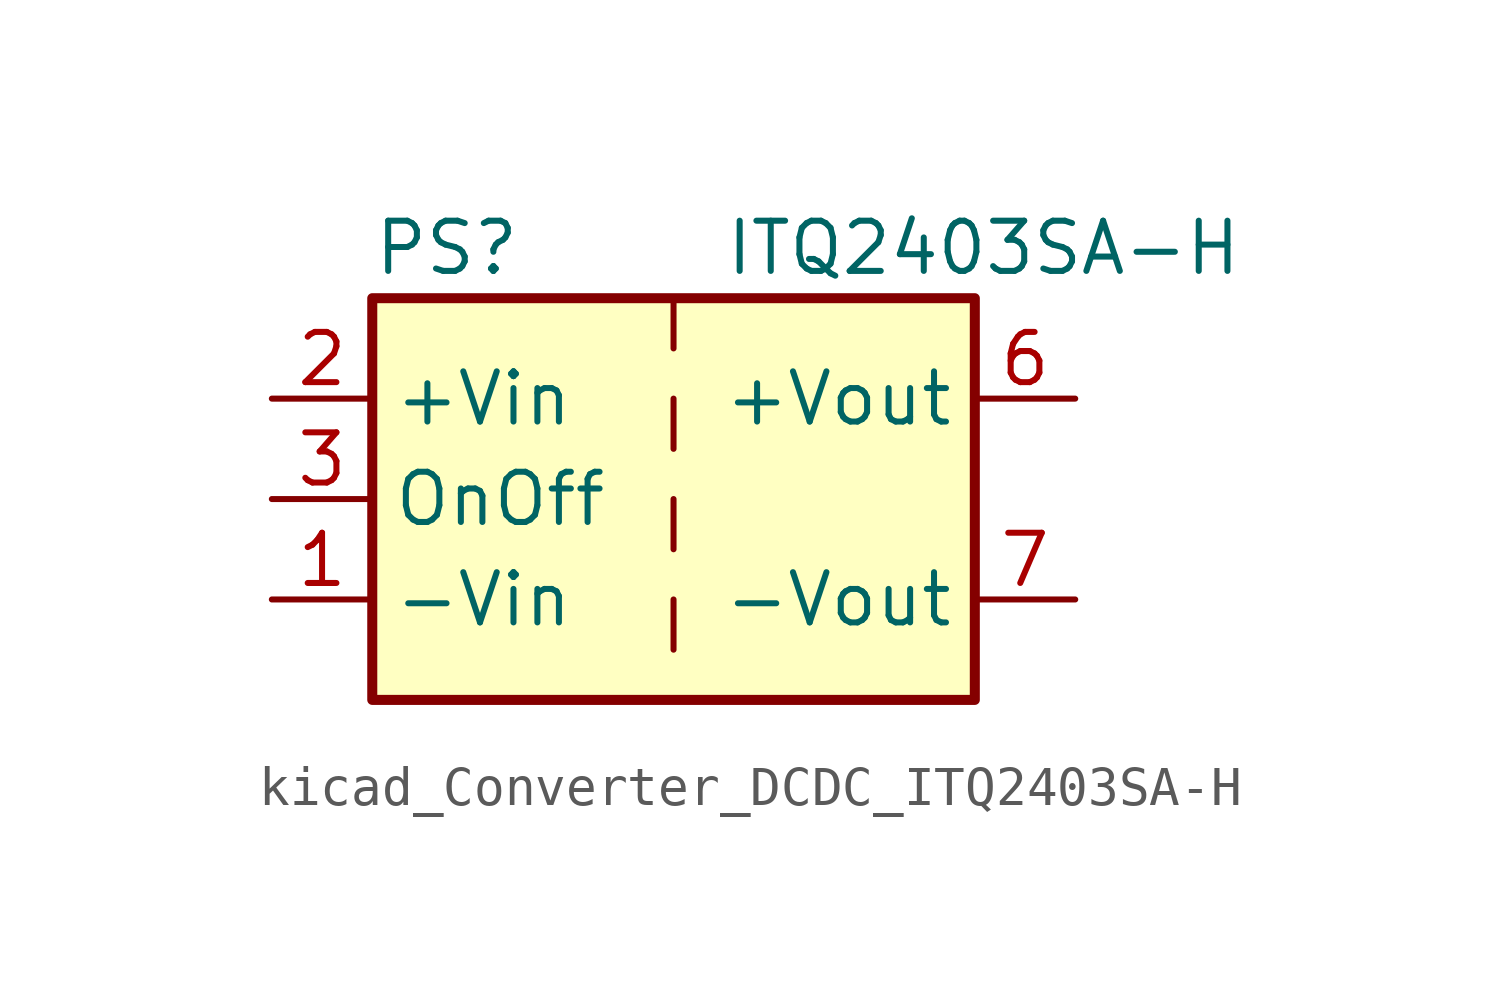
<source format=kicad_sym>
(kicad_symbol_lib
  (version 20220914)
  (generator kicad_symbol_editor)
  (symbol "kicad_Converter_DCDC_ITQ2403SA-H"
    (property "Reference" "PS"
      (at -7.62 6.35 0)
      (effects (font (size 1.27 1.27)) (justify left)))
    (property "Value" "ITQ2403SA-H"
      (at 1.27 6.35 0)
      (effects (font (size 1.27 1.27)) (justify left)))
    (symbol "kicad_Converter_DCDC_ITQ2403SA-H_0_0"
      (pin power_in line (at -10.16 -2.54 0) (length 2.54) (name "-Vin" (effects (font (size 1.27 1.27)))) (number "1" (effects (font (size 1.27 1.27)))))
      (pin power_in line (at -10.16 2.54 0) (length 2.54) (name "+Vin" (effects (font (size 1.27 1.27)))) (number "2" (effects (font (size 1.27 1.27)))))
      (pin input line (at -10.16 0 0) (length 2.54) (name "OnOff" (effects (font (size 1.27 1.27)))) (number "3" (effects (font (size 1.27 1.27)))))
      (pin power_out line (at 10.16 2.54 180) (length 2.54) (name "+Vout" (effects (font (size 1.27 1.27)))) (number "6" (effects (font (size 1.27 1.27)))))
      (pin power_out line (at 10.16 -2.54 180) (length 2.54) (name "-Vout" (effects (font (size 1.27 1.27)))) (number "7" (effects (font (size 1.27 1.27)))))
      (pin no_connect line (at 7.62 0 180) (length 2.54) hide (name "NC" (effects (font (size 1.27 1.27)))) (number "8" (effects (font (size 1.27 1.27))))))
    (symbol "kicad_Converter_DCDC_ITQ2403SA-H_0_1"
      (rectangle (start -7.62 5.08) (end 7.62 -5.08) (stroke (width 0.254) (type default)) (fill (type background)))
      (polyline (pts (xy 0 -2.54) (xy 0 -3.81)) (stroke (width 0) (type default)) (fill (type none)))
      (polyline (pts (xy 0 0) (xy 0 -1.27)) (stroke (width 0) (type default)) (fill (type none)))
      (polyline (pts (xy 0 2.54) (xy 0 1.27)) (stroke (width 0) (type default)) (fill (type none)))
      (polyline (pts (xy 0 5.08) (xy 0 3.81)) (stroke (width 0) (type default)) (fill (type none))))))
</source>
